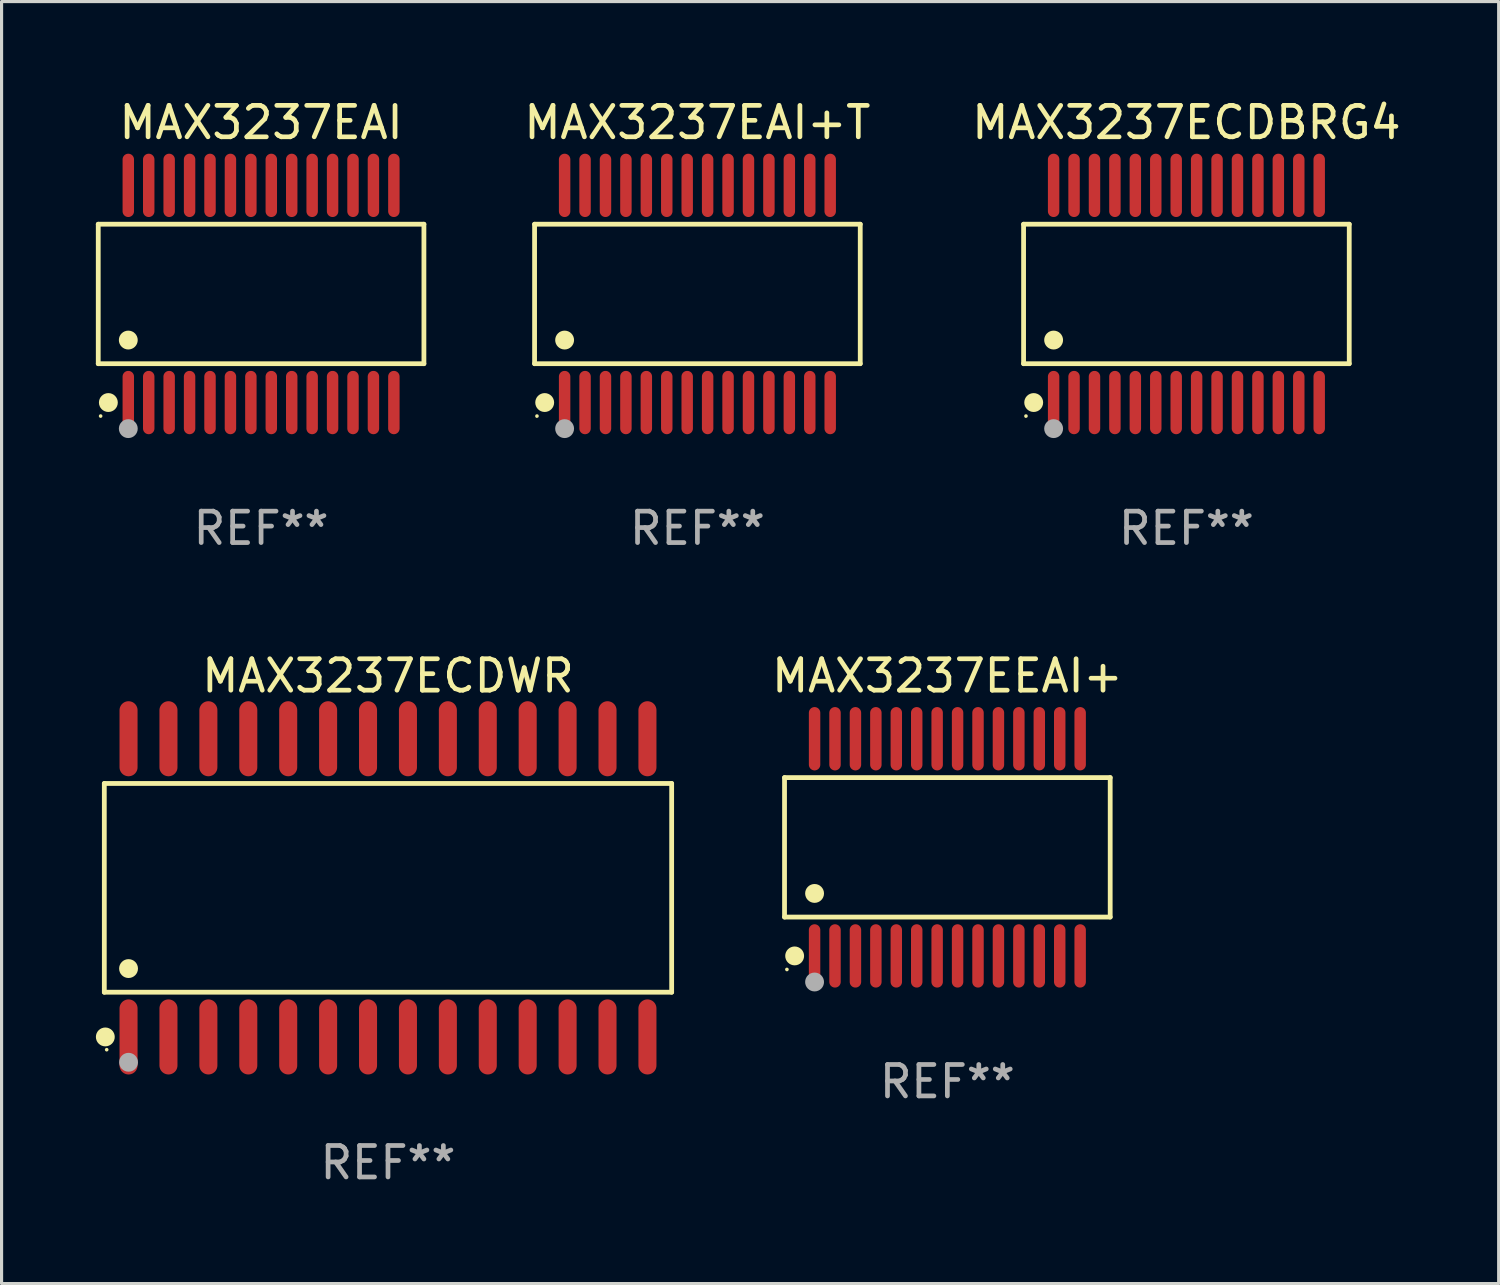
<source format=kicad_pcb>
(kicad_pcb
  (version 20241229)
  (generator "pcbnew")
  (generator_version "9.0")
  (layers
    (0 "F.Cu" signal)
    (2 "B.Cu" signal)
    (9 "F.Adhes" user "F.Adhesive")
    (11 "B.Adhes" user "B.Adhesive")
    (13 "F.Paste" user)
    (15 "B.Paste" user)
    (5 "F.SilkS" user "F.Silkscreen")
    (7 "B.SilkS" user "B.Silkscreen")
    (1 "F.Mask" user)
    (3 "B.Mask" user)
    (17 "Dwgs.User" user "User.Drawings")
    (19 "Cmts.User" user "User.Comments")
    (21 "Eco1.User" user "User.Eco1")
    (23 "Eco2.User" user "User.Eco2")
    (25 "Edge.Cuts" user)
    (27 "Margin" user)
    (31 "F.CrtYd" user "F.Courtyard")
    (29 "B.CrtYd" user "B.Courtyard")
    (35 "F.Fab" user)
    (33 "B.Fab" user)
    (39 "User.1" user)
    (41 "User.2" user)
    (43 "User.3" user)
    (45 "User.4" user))
  (footprint "MAX3237ECDWR"
    (layer "F.Cu")
    (at 9.295 25.199)
    (property "Reference" "MAX3237ECDWR" (at 0 -6.744 0) (layer "F.SilkS") (effects (font (size 1 1) (thickness 0.15))))
    (attr through_hole)
    (fp_line (start -9.026 -3.321) (end 9.026 -3.321) (stroke (width 0.152) (type solid)) (layer "F.SilkS"))
    (fp_line (start -9.026 3.321) (end -9.026 -3.321) (stroke (width 0.152) (type solid)) (layer "F.SilkS"))
    (fp_line (start 9.026 -3.321) (end 9.026 3.321) (stroke (width 0.152) (type solid)) (layer "F.SilkS"))
    (fp_line (start 9.026 3.321) (end -9.026 3.321) (stroke (width 0.152) (type solid)) (layer "F.SilkS"))
    (fp_circle (center -8.994 4.744) (end -8.844 4.744) (stroke (width 0.3) (type solid)) (fill no) (layer "F.SilkS"))
    (fp_circle (center -8.95 5.15) (end -8.92 5.15) (stroke (width 0.06) (type solid)) (fill no) (layer "F.SilkS"))
    (fp_circle (center -8.255 2.569) (end -8.105 2.569) (stroke (width 0.3) (type solid)) (fill no) (layer "F.SilkS"))
    (fp_circle (center -8.255 5.55) (end -8.105 5.55) (stroke (width 0.3) (type solid)) (fill no) (layer "F.Fab"))
    (fp_text user "REF**" (at 0 8.744 0) (layer "F.Fab") (effects (font (size 1 1) (thickness 0.15))))
    (pad "1" smd oval (at -8.255 4.744) (size 0.574 2.388) (layers "F.Cu" "F.Mask" "F.Paste"))
    (pad "2" smd oval (at -6.985 4.744) (size 0.574 2.388) (layers "F.Cu" "F.Mask" "F.Paste"))
    (pad "3" smd oval (at -5.715 4.744) (size 0.574 2.388) (layers "F.Cu" "F.Mask" "F.Paste"))
    (pad "4" smd oval (at -4.445 4.744) (size 0.574 2.388) (layers "F.Cu" "F.Mask" "F.Paste"))
    (pad "5" smd oval (at -3.175 4.744) (size 0.574 2.388) (layers "F.Cu" "F.Mask" "F.Paste"))
    (pad "6" smd oval (at -1.905 4.744) (size 0.574 2.388) (layers "F.Cu" "F.Mask" "F.Paste"))
    (pad "7" smd oval (at -0.635 4.744) (size 0.574 2.388) (layers "F.Cu" "F.Mask" "F.Paste"))
    (pad "8" smd oval (at 0.635 4.744) (size 0.574 2.388) (layers "F.Cu" "F.Mask" "F.Paste"))
    (pad "9" smd oval (at 1.905 4.744) (size 0.574 2.388) (layers "F.Cu" "F.Mask" "F.Paste"))
    (pad "10" smd oval (at 3.175 4.744) (size 0.574 2.388) (layers "F.Cu" "F.Mask" "F.Paste"))
    (pad "11" smd oval (at 4.445 4.744) (size 0.574 2.388) (layers "F.Cu" "F.Mask" "F.Paste"))
    (pad "12" smd oval (at 5.715 4.744) (size 0.574 2.388) (layers "F.Cu" "F.Mask" "F.Paste"))
    (pad "13" smd oval (at 6.985 4.744) (size 0.574 2.388) (layers "F.Cu" "F.Mask" "F.Paste"))
    (pad "14" smd oval (at 8.255 4.744) (size 0.574 2.388) (layers "F.Cu" "F.Mask" "F.Paste"))
    (pad "15" smd oval (at 8.255 -4.744) (size 0.574 2.388) (layers "F.Cu" "F.Mask" "F.Paste"))
    (pad "16" smd oval (at 6.985 -4.744) (size 0.574 2.388) (layers "F.Cu" "F.Mask" "F.Paste"))
    (pad "17" smd oval (at 5.715 -4.744) (size 0.574 2.388) (layers "F.Cu" "F.Mask" "F.Paste"))
    (pad "18" smd oval (at 4.445 -4.744) (size 0.574 2.388) (layers "F.Cu" "F.Mask" "F.Paste"))
    (pad "19" smd oval (at 3.175 -4.744) (size 0.574 2.388) (layers "F.Cu" "F.Mask" "F.Paste"))
    (pad "20" smd oval (at 1.905 -4.744) (size 0.574 2.388) (layers "F.Cu" "F.Mask" "F.Paste"))
    (pad "21" smd oval (at 0.635 -4.744) (size 0.574 2.388) (layers "F.Cu" "F.Mask" "F.Paste"))
    (pad "22" smd oval (at -0.635 -4.744) (size 0.574 2.388) (layers "F.Cu" "F.Mask" "F.Paste"))
    (pad "23" smd oval (at -1.905 -4.744) (size 0.574 2.388) (layers "F.Cu" "F.Mask" "F.Paste"))
    (pad "24" smd oval (at -3.175 -4.744) (size 0.574 2.388) (layers "F.Cu" "F.Mask" "F.Paste"))
    (pad "25" smd oval (at -4.445 -4.744) (size 0.574 2.388) (layers "F.Cu" "F.Mask" "F.Paste"))
    (pad "26" smd oval (at -5.715 -4.744) (size 0.574 2.388) (layers "F.Cu" "F.Mask" "F.Paste"))
    (pad "27" smd oval (at -6.985 -4.744) (size 0.574 2.388) (layers "F.Cu" "F.Mask" "F.Paste"))
    (pad "28" smd oval (at -8.255 -4.744) (size 0.574 2.388) (layers "F.Cu" "F.Mask" "F.Paste")))
  (footprint "MAX3237EAI+T"
    (layer "F.Cu")
    (at 19.14 6.303)
    (property "Reference" "MAX3237EAI+T" (at 0 -5.455 0) (layer "F.SilkS") (effects (font (size 1 1) (thickness 0.15))))
    (attr through_hole)
    (fp_line (start -5.181 -2.219) (end 5.181 -2.219) (stroke (width 0.152) (type solid)) (layer "F.SilkS"))
    (fp_line (start -5.181 2.219) (end -5.181 -2.219) (stroke (width 0.152) (type solid)) (layer "F.SilkS"))
    (fp_line (start 5.181 -2.219) (end 5.181 2.219) (stroke (width 0.152) (type solid)) (layer "F.SilkS"))
    (fp_line (start 5.181 2.219) (end -5.181 2.219) (stroke (width 0.152) (type solid)) (layer "F.SilkS"))
    (fp_circle (center -5.105 3.885) (end -5.075 3.885) (stroke (width 0.06) (type solid)) (fill no) (layer "F.SilkS"))
    (fp_circle (center -4.859 3.455) (end -4.709 3.455) (stroke (width 0.3) (type solid)) (fill no) (layer "F.SilkS"))
    (fp_circle (center -4.225 1.467) (end -4.075 1.467) (stroke (width 0.3) (type solid)) (fill no) (layer "F.SilkS"))
    (fp_circle (center -4.225 4.285) (end -4.075 4.285) (stroke (width 0.3) (type solid)) (fill no) (layer "F.Fab"))
    (fp_text user "REF**" (at 0 7.455 0) (layer "F.Fab") (effects (font (size 1 1) (thickness 0.15))))
    (pad "1" smd oval (at -4.225 3.455) (size 0.364 2.015) (layers "F.Cu" "F.Mask" "F.Paste"))
    (pad "2" smd oval (at -3.575 3.455) (size 0.364 2.015) (layers "F.Cu" "F.Mask" "F.Paste"))
    (pad "3" smd oval (at -2.925 3.455) (size 0.364 2.015) (layers "F.Cu" "F.Mask" "F.Paste"))
    (pad "4" smd oval (at -2.275 3.455) (size 0.364 2.015) (layers "F.Cu" "F.Mask" "F.Paste"))
    (pad "5" smd oval (at -1.625 3.455) (size 0.364 2.015) (layers "F.Cu" "F.Mask" "F.Paste"))
    (pad "6" smd oval (at -0.975 3.455) (size 0.364 2.015) (layers "F.Cu" "F.Mask" "F.Paste"))
    (pad "7" smd oval (at -0.325 3.455) (size 0.364 2.015) (layers "F.Cu" "F.Mask" "F.Paste"))
    (pad "8" smd oval (at 0.325 3.455) (size 0.364 2.015) (layers "F.Cu" "F.Mask" "F.Paste"))
    (pad "9" smd oval (at 0.975 3.455) (size 0.364 2.015) (layers "F.Cu" "F.Mask" "F.Paste"))
    (pad "10" smd oval (at 1.625 3.455) (size 0.364 2.015) (layers "F.Cu" "F.Mask" "F.Paste"))
    (pad "11" smd oval (at 2.275 3.455) (size 0.364 2.015) (layers "F.Cu" "F.Mask" "F.Paste"))
    (pad "12" smd oval (at 2.925 3.455) (size 0.364 2.015) (layers "F.Cu" "F.Mask" "F.Paste"))
    (pad "13" smd oval (at 3.575 3.455) (size 0.364 2.015) (layers "F.Cu" "F.Mask" "F.Paste"))
    (pad "14" smd oval (at 4.225 3.455) (size 0.364 2.015) (layers "F.Cu" "F.Mask" "F.Paste"))
    (pad "15" smd oval (at 4.225 -3.455) (size 0.364 2.015) (layers "F.Cu" "F.Mask" "F.Paste"))
    (pad "16" smd oval (at 3.575 -3.455) (size 0.364 2.015) (layers "F.Cu" "F.Mask" "F.Paste"))
    (pad "17" smd oval (at 2.925 -3.455) (size 0.364 2.015) (layers "F.Cu" "F.Mask" "F.Paste"))
    (pad "18" smd oval (at 2.275 -3.455) (size 0.364 2.015) (layers "F.Cu" "F.Mask" "F.Paste"))
    (pad "19" smd oval (at 1.625 -3.455) (size 0.364 2.015) (layers "F.Cu" "F.Mask" "F.Paste"))
    (pad "20" smd oval (at 0.975 -3.455) (size 0.364 2.015) (layers "F.Cu" "F.Mask" "F.Paste"))
    (pad "21" smd oval (at 0.325 -3.455) (size 0.364 2.015) (layers "F.Cu" "F.Mask" "F.Paste"))
    (pad "22" smd oval (at -0.325 -3.455) (size 0.364 2.015) (layers "F.Cu" "F.Mask" "F.Paste"))
    (pad "23" smd oval (at -0.975 -3.455) (size 0.364 2.015) (layers "F.Cu" "F.Mask" "F.Paste"))
    (pad "24" smd oval (at -1.625 -3.455) (size 0.364 2.015) (layers "F.Cu" "F.Mask" "F.Paste"))
    (pad "25" smd oval (at -2.275 -3.455) (size 0.364 2.015) (layers "F.Cu" "F.Mask" "F.Paste"))
    (pad "26" smd oval (at -2.925 -3.455) (size 0.364 2.015) (layers "F.Cu" "F.Mask" "F.Paste"))
    (pad "27" smd oval (at -3.575 -3.455) (size 0.364 2.015) (layers "F.Cu" "F.Mask" "F.Paste"))
    (pad "28" smd oval (at -4.225 -3.455) (size 0.364 2.015) (layers "F.Cu" "F.Mask" "F.Paste")))
  (footprint "MAX3237EEAI+"
    (layer "F.Cu")
    (at 27.093 23.91)
    (property "Reference" "MAX3237EEAI+" (at 0 -5.455 0) (layer "F.SilkS") (effects (font (size 1 1) (thickness 0.15))))
    (attr through_hole)
    (fp_line (start -5.181 -2.219) (end 5.181 -2.219) (stroke (width 0.152) (type solid)) (layer "F.SilkS"))
    (fp_line (start -5.181 2.219) (end -5.181 -2.219) (stroke (width 0.152) (type solid)) (layer "F.SilkS"))
    (fp_line (start 5.181 -2.219) (end 5.181 2.219) (stroke (width 0.152) (type solid)) (layer "F.SilkS"))
    (fp_line (start 5.181 2.219) (end -5.181 2.219) (stroke (width 0.152) (type solid)) (layer "F.SilkS"))
    (fp_circle (center -5.105 3.885) (end -5.075 3.885) (stroke (width 0.06) (type solid)) (fill no) (layer "F.SilkS"))
    (fp_circle (center -4.859 3.455) (end -4.709 3.455) (stroke (width 0.3) (type solid)) (fill no) (layer "F.SilkS"))
    (fp_circle (center -4.225 1.467) (end -4.075 1.467) (stroke (width 0.3) (type solid)) (fill no) (layer "F.SilkS"))
    (fp_circle (center -4.225 4.285) (end -4.075 4.285) (stroke (width 0.3) (type solid)) (fill no) (layer "F.Fab"))
    (fp_text user "REF**" (at 0 7.455 0) (layer "F.Fab") (effects (font (size 1 1) (thickness 0.15))))
    (pad "1" smd oval (at -4.225 3.455) (size 0.364 2.015) (layers "F.Cu" "F.Mask" "F.Paste"))
    (pad "2" smd oval (at -3.575 3.455) (size 0.364 2.015) (layers "F.Cu" "F.Mask" "F.Paste"))
    (pad "3" smd oval (at -2.925 3.455) (size 0.364 2.015) (layers "F.Cu" "F.Mask" "F.Paste"))
    (pad "4" smd oval (at -2.275 3.455) (size 0.364 2.015) (layers "F.Cu" "F.Mask" "F.Paste"))
    (pad "5" smd oval (at -1.625 3.455) (size 0.364 2.015) (layers "F.Cu" "F.Mask" "F.Paste"))
    (pad "6" smd oval (at -0.975 3.455) (size 0.364 2.015) (layers "F.Cu" "F.Mask" "F.Paste"))
    (pad "7" smd oval (at -0.325 3.455) (size 0.364 2.015) (layers "F.Cu" "F.Mask" "F.Paste"))
    (pad "8" smd oval (at 0.325 3.455) (size 0.364 2.015) (layers "F.Cu" "F.Mask" "F.Paste"))
    (pad "9" smd oval (at 0.975 3.455) (size 0.364 2.015) (layers "F.Cu" "F.Mask" "F.Paste"))
    (pad "10" smd oval (at 1.625 3.455) (size 0.364 2.015) (layers "F.Cu" "F.Mask" "F.Paste"))
    (pad "11" smd oval (at 2.275 3.455) (size 0.364 2.015) (layers "F.Cu" "F.Mask" "F.Paste"))
    (pad "12" smd oval (at 2.925 3.455) (size 0.364 2.015) (layers "F.Cu" "F.Mask" "F.Paste"))
    (pad "13" smd oval (at 3.575 3.455) (size 0.364 2.015) (layers "F.Cu" "F.Mask" "F.Paste"))
    (pad "14" smd oval (at 4.225 3.455) (size 0.364 2.015) (layers "F.Cu" "F.Mask" "F.Paste"))
    (pad "15" smd oval (at 4.225 -3.455) (size 0.364 2.015) (layers "F.Cu" "F.Mask" "F.Paste"))
    (pad "16" smd oval (at 3.575 -3.455) (size 0.364 2.015) (layers "F.Cu" "F.Mask" "F.Paste"))
    (pad "17" smd oval (at 2.925 -3.455) (size 0.364 2.015) (layers "F.Cu" "F.Mask" "F.Paste"))
    (pad "18" smd oval (at 2.275 -3.455) (size 0.364 2.015) (layers "F.Cu" "F.Mask" "F.Paste"))
    (pad "19" smd oval (at 1.625 -3.455) (size 0.364 2.015) (layers "F.Cu" "F.Mask" "F.Paste"))
    (pad "20" smd oval (at 0.975 -3.455) (size 0.364 2.015) (layers "F.Cu" "F.Mask" "F.Paste"))
    (pad "21" smd oval (at 0.325 -3.455) (size 0.364 2.015) (layers "F.Cu" "F.Mask" "F.Paste"))
    (pad "22" smd oval (at -0.325 -3.455) (size 0.364 2.015) (layers "F.Cu" "F.Mask" "F.Paste"))
    (pad "23" smd oval (at -0.975 -3.455) (size 0.364 2.015) (layers "F.Cu" "F.Mask" "F.Paste"))
    (pad "24" smd oval (at -1.625 -3.455) (size 0.364 2.015) (layers "F.Cu" "F.Mask" "F.Paste"))
    (pad "25" smd oval (at -2.275 -3.455) (size 0.364 2.015) (layers "F.Cu" "F.Mask" "F.Paste"))
    (pad "26" smd oval (at -2.925 -3.455) (size 0.364 2.015) (layers "F.Cu" "F.Mask" "F.Paste"))
    (pad "27" smd oval (at -3.575 -3.455) (size 0.364 2.015) (layers "F.Cu" "F.Mask" "F.Paste"))
    (pad "28" smd oval (at -4.225 -3.455) (size 0.364 2.015) (layers "F.Cu" "F.Mask" "F.Paste")))
  (footprint "MAX3237ECDBRG4"
    (layer "F.Cu")
    (at 34.699 6.303)
    (property "Reference" "MAX3237ECDBRG4" (at 0 -5.455 0) (layer "F.SilkS") (effects (font (size 1 1) (thickness 0.15))))
    (attr through_hole)
    (fp_line (start -5.181 -2.219) (end 5.181 -2.219) (stroke (width 0.152) (type solid)) (layer "F.SilkS"))
    (fp_line (start -5.181 2.219) (end -5.181 -2.219) (stroke (width 0.152) (type solid)) (layer "F.SilkS"))
    (fp_line (start 5.181 -2.219) (end 5.181 2.219) (stroke (width 0.152) (type solid)) (layer "F.SilkS"))
    (fp_line (start 5.181 2.219) (end -5.181 2.219) (stroke (width 0.152) (type solid)) (layer "F.SilkS"))
    (fp_circle (center -5.105 3.885) (end -5.075 3.885) (stroke (width 0.06) (type solid)) (fill no) (layer "F.SilkS"))
    (fp_circle (center -4.859 3.455) (end -4.709 3.455) (stroke (width 0.3) (type solid)) (fill no) (layer "F.SilkS"))
    (fp_circle (center -4.225 1.467) (end -4.075 1.467) (stroke (width 0.3) (type solid)) (fill no) (layer "F.SilkS"))
    (fp_circle (center -4.225 4.285) (end -4.075 4.285) (stroke (width 0.3) (type solid)) (fill no) (layer "F.Fab"))
    (fp_text user "REF**" (at 0 7.455 0) (layer "F.Fab") (effects (font (size 1 1) (thickness 0.15))))
    (pad "1" smd oval (at -4.225 3.455) (size 0.364 2.015) (layers "F.Cu" "F.Mask" "F.Paste"))
    (pad "2" smd oval (at -3.575 3.455) (size 0.364 2.015) (layers "F.Cu" "F.Mask" "F.Paste"))
    (pad "3" smd oval (at -2.925 3.455) (size 0.364 2.015) (layers "F.Cu" "F.Mask" "F.Paste"))
    (pad "4" smd oval (at -2.275 3.455) (size 0.364 2.015) (layers "F.Cu" "F.Mask" "F.Paste"))
    (pad "5" smd oval (at -1.625 3.455) (size 0.364 2.015) (layers "F.Cu" "F.Mask" "F.Paste"))
    (pad "6" smd oval (at -0.975 3.455) (size 0.364 2.015) (layers "F.Cu" "F.Mask" "F.Paste"))
    (pad "7" smd oval (at -0.325 3.455) (size 0.364 2.015) (layers "F.Cu" "F.Mask" "F.Paste"))
    (pad "8" smd oval (at 0.325 3.455) (size 0.364 2.015) (layers "F.Cu" "F.Mask" "F.Paste"))
    (pad "9" smd oval (at 0.975 3.455) (size 0.364 2.015) (layers "F.Cu" "F.Mask" "F.Paste"))
    (pad "10" smd oval (at 1.625 3.455) (size 0.364 2.015) (layers "F.Cu" "F.Mask" "F.Paste"))
    (pad "11" smd oval (at 2.275 3.455) (size 0.364 2.015) (layers "F.Cu" "F.Mask" "F.Paste"))
    (pad "12" smd oval (at 2.925 3.455) (size 0.364 2.015) (layers "F.Cu" "F.Mask" "F.Paste"))
    (pad "13" smd oval (at 3.575 3.455) (size 0.364 2.015) (layers "F.Cu" "F.Mask" "F.Paste"))
    (pad "14" smd oval (at 4.225 3.455) (size 0.364 2.015) (layers "F.Cu" "F.Mask" "F.Paste"))
    (pad "15" smd oval (at 4.225 -3.455) (size 0.364 2.015) (layers "F.Cu" "F.Mask" "F.Paste"))
    (pad "16" smd oval (at 3.575 -3.455) (size 0.364 2.015) (layers "F.Cu" "F.Mask" "F.Paste"))
    (pad "17" smd oval (at 2.925 -3.455) (size 0.364 2.015) (layers "F.Cu" "F.Mask" "F.Paste"))
    (pad "18" smd oval (at 2.275 -3.455) (size 0.364 2.015) (layers "F.Cu" "F.Mask" "F.Paste"))
    (pad "19" smd oval (at 1.625 -3.455) (size 0.364 2.015) (layers "F.Cu" "F.Mask" "F.Paste"))
    (pad "20" smd oval (at 0.975 -3.455) (size 0.364 2.015) (layers "F.Cu" "F.Mask" "F.Paste"))
    (pad "21" smd oval (at 0.325 -3.455) (size 0.364 2.015) (layers "F.Cu" "F.Mask" "F.Paste"))
    (pad "22" smd oval (at -0.325 -3.455) (size 0.364 2.015) (layers "F.Cu" "F.Mask" "F.Paste"))
    (pad "23" smd oval (at -0.975 -3.455) (size 0.364 2.015) (layers "F.Cu" "F.Mask" "F.Paste"))
    (pad "24" smd oval (at -1.625 -3.455) (size 0.364 2.015) (layers "F.Cu" "F.Mask" "F.Paste"))
    (pad "25" smd oval (at -2.275 -3.455) (size 0.364 2.015) (layers "F.Cu" "F.Mask" "F.Paste"))
    (pad "26" smd oval (at -2.925 -3.455) (size 0.364 2.015) (layers "F.Cu" "F.Mask" "F.Paste"))
    (pad "27" smd oval (at -3.575 -3.455) (size 0.364 2.015) (layers "F.Cu" "F.Mask" "F.Paste"))
    (pad "28" smd oval (at -4.225 -3.455) (size 0.364 2.015) (layers "F.Cu" "F.Mask" "F.Paste")))
  (footprint "MAX3237EAI"
    (layer "F.Cu")
    (at 5.257 6.303)
    (property "Reference" "MAX3237EAI" (at 0 -5.455 0) (layer "F.SilkS") (effects (font (size 1 1) (thickness 0.15))))
    (attr through_hole)
    (fp_line (start -5.181 -2.219) (end 5.181 -2.219) (stroke (width 0.152) (type solid)) (layer "F.SilkS"))
    (fp_line (start -5.181 2.219) (end -5.181 -2.219) (stroke (width 0.152) (type solid)) (layer "F.SilkS"))
    (fp_line (start 5.181 -2.219) (end 5.181 2.219) (stroke (width 0.152) (type solid)) (layer "F.SilkS"))
    (fp_line (start 5.181 2.219) (end -5.181 2.219) (stroke (width 0.152) (type solid)) (layer "F.SilkS"))
    (fp_circle (center -5.105 3.885) (end -5.075 3.885) (stroke (width 0.06) (type solid)) (fill no) (layer "F.SilkS"))
    (fp_circle (center -4.859 3.455) (end -4.709 3.455) (stroke (width 0.3) (type solid)) (fill no) (layer "F.SilkS"))
    (fp_circle (center -4.225 1.467) (end -4.075 1.467) (stroke (width 0.3) (type solid)) (fill no) (layer "F.SilkS"))
    (fp_circle (center -4.225 4.285) (end -4.075 4.285) (stroke (width 0.3) (type solid)) (fill no) (layer "F.Fab"))
    (fp_text user "REF**" (at 0 7.455 0) (layer "F.Fab") (effects (font (size 1 1) (thickness 0.15))))
    (pad "1" smd oval (at -4.225 3.455) (size 0.364 2.015) (layers "F.Cu" "F.Mask" "F.Paste"))
    (pad "2" smd oval (at -3.575 3.455) (size 0.364 2.015) (layers "F.Cu" "F.Mask" "F.Paste"))
    (pad "3" smd oval (at -2.925 3.455) (size 0.364 2.015) (layers "F.Cu" "F.Mask" "F.Paste"))
    (pad "4" smd oval (at -2.275 3.455) (size 0.364 2.015) (layers "F.Cu" "F.Mask" "F.Paste"))
    (pad "5" smd oval (at -1.625 3.455) (size 0.364 2.015) (layers "F.Cu" "F.Mask" "F.Paste"))
    (pad "6" smd oval (at -0.975 3.455) (size 0.364 2.015) (layers "F.Cu" "F.Mask" "F.Paste"))
    (pad "7" smd oval (at -0.325 3.455) (size 0.364 2.015) (layers "F.Cu" "F.Mask" "F.Paste"))
    (pad "8" smd oval (at 0.325 3.455) (size 0.364 2.015) (layers "F.Cu" "F.Mask" "F.Paste"))
    (pad "9" smd oval (at 0.975 3.455) (size 0.364 2.015) (layers "F.Cu" "F.Mask" "F.Paste"))
    (pad "10" smd oval (at 1.625 3.455) (size 0.364 2.015) (layers "F.Cu" "F.Mask" "F.Paste"))
    (pad "11" smd oval (at 2.275 3.455) (size 0.364 2.015) (layers "F.Cu" "F.Mask" "F.Paste"))
    (pad "12" smd oval (at 2.925 3.455) (size 0.364 2.015) (layers "F.Cu" "F.Mask" "F.Paste"))
    (pad "13" smd oval (at 3.575 3.455) (size 0.364 2.015) (layers "F.Cu" "F.Mask" "F.Paste"))
    (pad "14" smd oval (at 4.225 3.455) (size 0.364 2.015) (layers "F.Cu" "F.Mask" "F.Paste"))
    (pad "15" smd oval (at 4.225 -3.455) (size 0.364 2.015) (layers "F.Cu" "F.Mask" "F.Paste"))
    (pad "16" smd oval (at 3.575 -3.455) (size 0.364 2.015) (layers "F.Cu" "F.Mask" "F.Paste"))
    (pad "17" smd oval (at 2.925 -3.455) (size 0.364 2.015) (layers "F.Cu" "F.Mask" "F.Paste"))
    (pad "18" smd oval (at 2.275 -3.455) (size 0.364 2.015) (layers "F.Cu" "F.Mask" "F.Paste"))
    (pad "19" smd oval (at 1.625 -3.455) (size 0.364 2.015) (layers "F.Cu" "F.Mask" "F.Paste"))
    (pad "20" smd oval (at 0.975 -3.455) (size 0.364 2.015) (layers "F.Cu" "F.Mask" "F.Paste"))
    (pad "21" smd oval (at 0.325 -3.455) (size 0.364 2.015) (layers "F.Cu" "F.Mask" "F.Paste"))
    (pad "22" smd oval (at -0.325 -3.455) (size 0.364 2.015) (layers "F.Cu" "F.Mask" "F.Paste"))
    (pad "23" smd oval (at -0.975 -3.455) (size 0.364 2.015) (layers "F.Cu" "F.Mask" "F.Paste"))
    (pad "24" smd oval (at -1.625 -3.455) (size 0.364 2.015) (layers "F.Cu" "F.Mask" "F.Paste"))
    (pad "25" smd oval (at -2.275 -3.455) (size 0.364 2.015) (layers "F.Cu" "F.Mask" "F.Paste"))
    (pad "26" smd oval (at -2.925 -3.455) (size 0.364 2.015) (layers "F.Cu" "F.Mask" "F.Paste"))
    (pad "27" smd oval (at -3.575 -3.455) (size 0.364 2.015) (layers "F.Cu" "F.Mask" "F.Paste"))
    (pad "28" smd oval (at -4.225 -3.455) (size 0.364 2.015) (layers "F.Cu" "F.Mask" "F.Paste")))
  (gr_rect
    (start -3 -3)
    (end 44.634 37.791)
    (stroke (width 0.1) (type default))
    (fill no)
    (layer "Edge.Cuts")))
</source>
